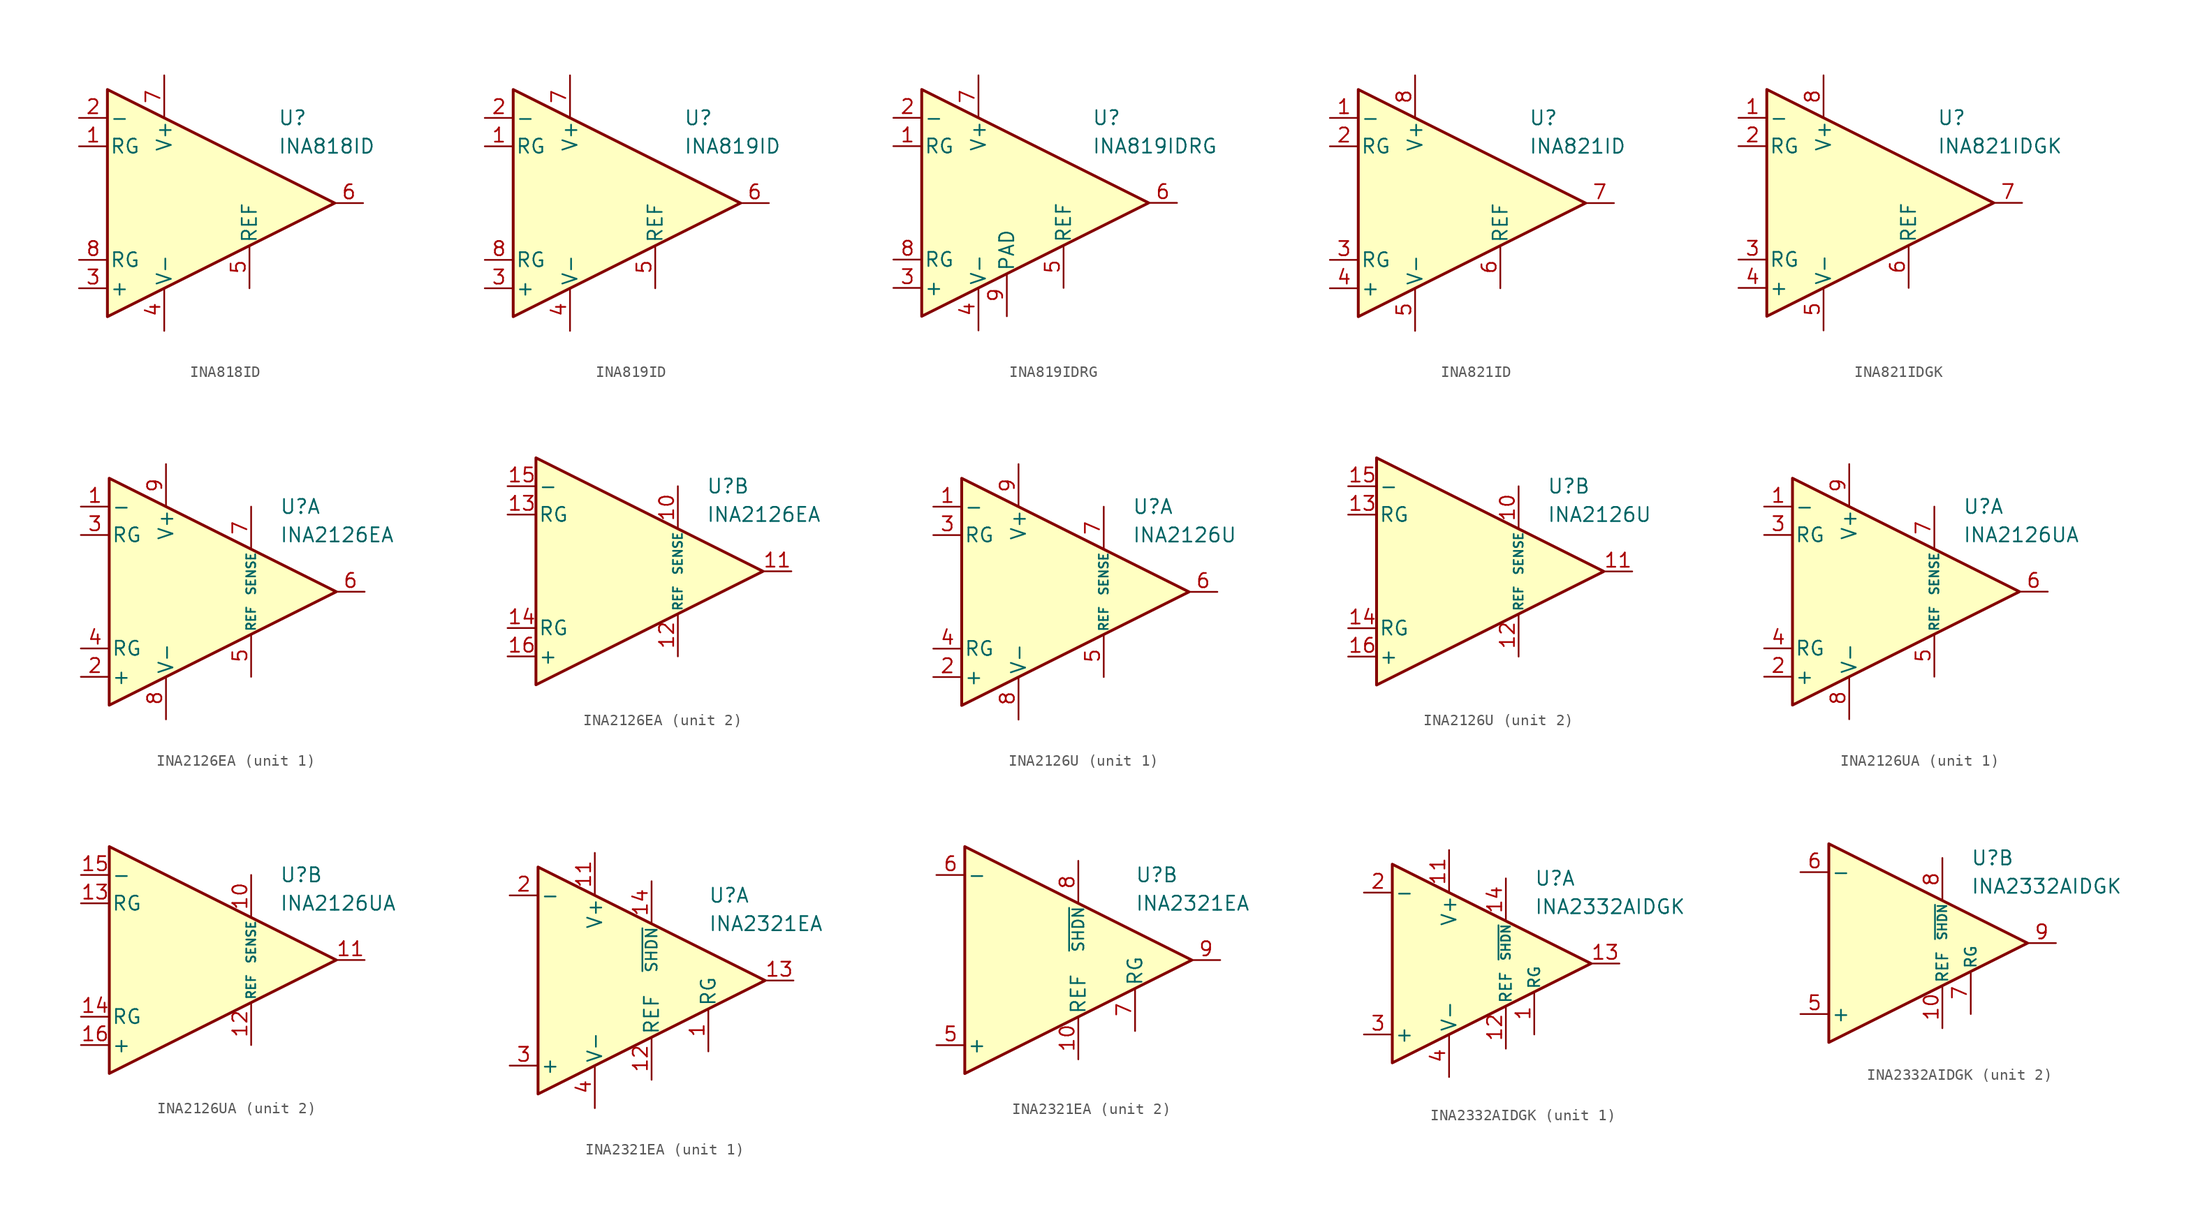
<source format=kicad_sym>
(kicad_symbol_lib
  (version 20211014)
  (generator kicad_symbol_editor)
  (symbol "INA818ID"
    (pin_names
      (offset 0.2))
    (property "Reference" "U"
      (at 6.35 7.62 0)
      (effects (font (size 1.27 1.27)) (justify left)))
    (property "Value" "INA818ID"
      (at 6.35 5.08 0)
      (effects (font (size 1.27 1.27)) (justify left)))
    (symbol "INA818ID_0_1"
      (polyline (pts (xy -8.89 10.16) (xy -8.89 -10.16) (xy 11.43 0) (xy -8.89 10.16)) (stroke (width 0.254) (type default) (color 0 0 0 0)) (fill (type background))))
    (symbol "INA818ID_1_1"
      (pin passive line (at -11.43 5.08 0) (length 2.54) (name "RG" (effects (font (size 1.27 1.27)))) (number "1" (effects (font (size 1.27 1.27)))))
      (pin input line (at -11.43 7.62 0) (length 2.54) (name "-" (effects (font (size 1.27 1.27)))) (number "2" (effects (font (size 1.27 1.27)))))
      (pin input line (at -11.43 -7.62 0) (length 2.54) (name "+" (effects (font (size 1.27 1.27)))) (number "3" (effects (font (size 1.27 1.27)))))
      (pin power_in line (at -3.81 -11.43 90) (length 3.81) (name "V-" (effects (font (size 1.27 1.27)))) (number "4" (effects (font (size 1.27 1.27)))))
      (pin input line (at 3.81 -7.62 90) (length 3.81) (name "REF" (effects (font (size 1.27 1.27)))) (number "5" (effects (font (size 1.27 1.27)))))
      (pin output line (at 13.97 0 180) (length 2.54) (name "~" (effects (font (size 1.27 1.27)))) (number "6" (effects (font (size 1.27 1.27)))))
      (pin power_in line (at -3.81 11.43 270) (length 3.81) (name "V+" (effects (font (size 1.27 1.27)))) (number "7" (effects (font (size 1.27 1.27)))))
      (pin passive line (at -11.43 -5.08 0) (length 2.54) (name "RG" (effects (font (size 1.27 1.27)))) (number "8" (effects (font (size 1.27 1.27)))))))
  (symbol "INA819ID"
    (pin_names
      (offset 0.2))
    (property "Reference" "U"
      (at 6.35 7.62 0)
      (effects (font (size 1.27 1.27)) (justify left)))
    (property "Value" "INA819ID"
      (at 6.35 5.08 0)
      (effects (font (size 1.27 1.27)) (justify left)))
    (symbol "INA819ID_0_1"
      (polyline (pts (xy -8.89 10.16) (xy -8.89 -10.16) (xy 11.43 0) (xy -8.89 10.16)) (stroke (width 0.254) (type default) (color 0 0 0 0)) (fill (type background))))
    (symbol "INA819ID_1_1"
      (pin passive line (at -11.43 5.08 0) (length 2.54) (name "RG" (effects (font (size 1.27 1.27)))) (number "1" (effects (font (size 1.27 1.27)))))
      (pin input line (at -11.43 7.62 0) (length 2.54) (name "-" (effects (font (size 1.27 1.27)))) (number "2" (effects (font (size 1.27 1.27)))))
      (pin input line (at -11.43 -7.62 0) (length 2.54) (name "+" (effects (font (size 1.27 1.27)))) (number "3" (effects (font (size 1.27 1.27)))))
      (pin power_in line (at -3.81 -11.43 90) (length 3.81) (name "V-" (effects (font (size 1.27 1.27)))) (number "4" (effects (font (size 1.27 1.27)))))
      (pin input line (at 3.81 -7.62 90) (length 3.81) (name "REF" (effects (font (size 1.27 1.27)))) (number "5" (effects (font (size 1.27 1.27)))))
      (pin output line (at 13.97 0 180) (length 2.54) (name "~" (effects (font (size 1.27 1.27)))) (number "6" (effects (font (size 1.27 1.27)))))
      (pin power_in line (at -3.81 11.43 270) (length 3.81) (name "V+" (effects (font (size 1.27 1.27)))) (number "7" (effects (font (size 1.27 1.27)))))
      (pin passive line (at -11.43 -5.08 0) (length 2.54) (name "RG" (effects (font (size 1.27 1.27)))) (number "8" (effects (font (size 1.27 1.27)))))))
  (symbol "INA819IDRG"
    (pin_names
      (offset 0.2))
    (property "Reference" "U"
      (at 6.35 7.62 0)
      (effects (font (size 1.27 1.27)) (justify left)))
    (property "Value" "INA819IDRG"
      (at 6.35 5.08 0)
      (effects (font (size 1.27 1.27)) (justify left)))
    (symbol "INA819IDRG_0_1"
      (polyline (pts (xy -8.89 10.16) (xy -8.89 -10.16) (xy 11.43 0) (xy -8.89 10.16)) (stroke (width 0.254) (type default) (color 0 0 0 0)) (fill (type background))))
    (symbol "INA819IDRG_1_1"
      (pin passive line (at -11.43 5.08 0) (length 2.54) (name "RG" (effects (font (size 1.27 1.27)))) (number "1" (effects (font (size 1.27 1.27)))))
      (pin input line (at -11.43 7.62 0) (length 2.54) (name "-" (effects (font (size 1.27 1.27)))) (number "2" (effects (font (size 1.27 1.27)))))
      (pin input line (at -11.43 -7.62 0) (length 2.54) (name "+" (effects (font (size 1.27 1.27)))) (number "3" (effects (font (size 1.27 1.27)))))
      (pin power_in line (at -3.81 -11.43 90) (length 3.81) (name "V-" (effects (font (size 1.27 1.27)))) (number "4" (effects (font (size 1.27 1.27)))))
      (pin input line (at 3.81 -7.62 90) (length 3.81) (name "REF" (effects (font (size 1.27 1.27)))) (number "5" (effects (font (size 1.27 1.27)))))
      (pin output line (at 13.97 0 180) (length 2.54) (name "~" (effects (font (size 1.27 1.27)))) (number "6" (effects (font (size 1.27 1.27)))))
      (pin power_in line (at -3.81 11.43 270) (length 3.81) (name "V+" (effects (font (size 1.27 1.27)))) (number "7" (effects (font (size 1.27 1.27)))))
      (pin passive line (at -11.43 -5.08 0) (length 2.54) (name "RG" (effects (font (size 1.27 1.27)))) (number "8" (effects (font (size 1.27 1.27)))))
      (pin power_in line (at -1.27 -10.16 90) (length 3.81) (name "PAD" (effects (font (size 1.27 1.27)))) (number "9" (effects (font (size 1.27 1.27)))))))
  (symbol "INA821ID"
    (pin_names
      (offset 0.2))
    (property "Reference" "U"
      (at 6.35 7.62 0)
      (effects (font (size 1.27 1.27)) (justify left)))
    (property "Value" "INA821ID"
      (at 6.35 5.08 0)
      (effects (font (size 1.27 1.27)) (justify left)))
    (symbol "INA821ID_0_1"
      (polyline (pts (xy -8.89 10.16) (xy -8.89 -10.16) (xy 11.43 0) (xy -8.89 10.16)) (stroke (width 0.254) (type default) (color 0 0 0 0)) (fill (type background))))
    (symbol "INA821ID_1_1"
      (pin input line (at -11.43 7.62 0) (length 2.54) (name "-" (effects (font (size 1.27 1.27)))) (number "1" (effects (font (size 1.27 1.27)))))
      (pin passive line (at -11.43 5.08 0) (length 2.54) (name "RG" (effects (font (size 1.27 1.27)))) (number "2" (effects (font (size 1.27 1.27)))))
      (pin passive line (at -11.43 -5.08 0) (length 2.54) (name "RG" (effects (font (size 1.27 1.27)))) (number "3" (effects (font (size 1.27 1.27)))))
      (pin input line (at -11.43 -7.62 0) (length 2.54) (name "+" (effects (font (size 1.27 1.27)))) (number "4" (effects (font (size 1.27 1.27)))))
      (pin power_in line (at -3.81 -11.43 90) (length 3.81) (name "V-" (effects (font (size 1.27 1.27)))) (number "5" (effects (font (size 1.27 1.27)))))
      (pin input line (at 3.81 -7.62 90) (length 3.81) (name "REF" (effects (font (size 1.27 1.27)))) (number "6" (effects (font (size 1.27 1.27)))))
      (pin output line (at 13.97 0 180) (length 2.54) (name "~" (effects (font (size 1.27 1.27)))) (number "7" (effects (font (size 1.27 1.27)))))
      (pin power_in line (at -3.81 11.43 270) (length 3.81) (name "V+" (effects (font (size 1.27 1.27)))) (number "8" (effects (font (size 1.27 1.27)))))))
  (symbol "INA821IDGK"
    (pin_names
      (offset 0.2))
    (property "Reference" "U"
      (at 6.35 7.62 0)
      (effects (font (size 1.27 1.27)) (justify left)))
    (property "Value" "INA821IDGK"
      (at 6.35 5.08 0)
      (effects (font (size 1.27 1.27)) (justify left)))
    (symbol "INA821IDGK_0_1"
      (polyline (pts (xy -8.89 10.16) (xy -8.89 -10.16) (xy 11.43 0) (xy -8.89 10.16)) (stroke (width 0.254) (type default) (color 0 0 0 0)) (fill (type background))))
    (symbol "INA821IDGK_1_1"
      (pin input line (at -11.43 7.62 0) (length 2.54) (name "-" (effects (font (size 1.27 1.27)))) (number "1" (effects (font (size 1.27 1.27)))))
      (pin passive line (at -11.43 5.08 0) (length 2.54) (name "RG" (effects (font (size 1.27 1.27)))) (number "2" (effects (font (size 1.27 1.27)))))
      (pin passive line (at -11.43 -5.08 0) (length 2.54) (name "RG" (effects (font (size 1.27 1.27)))) (number "3" (effects (font (size 1.27 1.27)))))
      (pin input line (at -11.43 -7.62 0) (length 2.54) (name "+" (effects (font (size 1.27 1.27)))) (number "4" (effects (font (size 1.27 1.27)))))
      (pin power_in line (at -3.81 -11.43 90) (length 3.81) (name "V-" (effects (font (size 1.27 1.27)))) (number "5" (effects (font (size 1.27 1.27)))))
      (pin input line (at 3.81 -7.62 90) (length 3.81) (name "REF" (effects (font (size 1.27 1.27)))) (number "6" (effects (font (size 1.27 1.27)))))
      (pin output line (at 13.97 0 180) (length 2.54) (name "~" (effects (font (size 1.27 1.27)))) (number "7" (effects (font (size 1.27 1.27)))))
      (pin power_in line (at -3.81 11.43 270) (length 3.81) (name "V+" (effects (font (size 1.27 1.27)))) (number "8" (effects (font (size 1.27 1.27)))))))
  (symbol "INA2126EA"
    (pin_names
      (offset 0.2))
    (property "Reference" "U"
      (at 6.35 7.62 0)
      (effects (font (size 1.27 1.27)) (justify left)))
    (property "Value" "INA2126EA"
      (at 6.35 5.08 0)
      (effects (font (size 1.27 1.27)) (justify left)))
    (property "ki_locked" ""
      (at 0 0 0)
      (effects (font (size 1.27 1.27))))
    (symbol "INA2126EA_0_1"
      (polyline (pts (xy -8.89 10.16) (xy -8.89 -10.16) (xy 11.43 0) (xy -8.89 10.16)) (stroke (width 0.254) (type default) (color 0 0 0 0)) (fill (type background))))
    (symbol "INA2126EA_1_1"
      (pin input line (at -11.43 7.62 0) (length 2.54) (name "-" (effects (font (size 1.27 1.27)))) (number "1" (effects (font (size 1.27 1.27)))))
      (pin input line (at -11.43 -7.62 0) (length 2.54) (name "+" (effects (font (size 1.27 1.27)))) (number "2" (effects (font (size 1.27 1.27)))))
      (pin passive line (at -11.43 5.08 0) (length 2.54) (name "RG" (effects (font (size 1.27 1.27)))) (number "3" (effects (font (size 1.27 1.27)))))
      (pin passive line (at -11.43 -5.08 0) (length 2.54) (name "RG" (effects (font (size 1.27 1.27)))) (number "4" (effects (font (size 1.27 1.27)))))
      (pin input line (at 3.81 -7.62 90) (length 3.81) (name "REF" (effects (font (size 0.8 0.8)))) (number "5" (effects (font (size 1.27 1.27)))))
      (pin output line (at 13.97 0 180) (length 2.54) (name "~" (effects (font (size 1.27 1.27)))) (number "6" (effects (font (size 1.27 1.27)))))
      (pin input line (at 3.81 7.62 270) (length 3.81) (name "SENSE" (effects (font (size 0.8 0.8)))) (number "7" (effects (font (size 1.27 1.27)))))
      (pin power_in line (at -3.81 -11.43 90) (length 3.81) (name "V-" (effects (font (size 1.27 1.27)))) (number "8" (effects (font (size 1.27 1.27)))))
      (pin power_in line (at -3.81 11.43 270) (length 3.81) (name "V+" (effects (font (size 1.27 1.27)))) (number "9" (effects (font (size 1.27 1.27))))))
    (symbol "INA2126EA_2_1"
      (pin input line (at 3.81 7.62 270) (length 3.81) (name "SENSE" (effects (font (size 0.8 0.8)))) (number "10" (effects (font (size 1.27 1.27)))))
      (pin output line (at 13.97 0 180) (length 2.54) (name "~" (effects (font (size 1.27 1.27)))) (number "11" (effects (font (size 1.27 1.27)))))
      (pin input line (at 3.81 -7.62 90) (length 3.81) (name "REF" (effects (font (size 0.8 0.8)))) (number "12" (effects (font (size 1.27 1.27)))))
      (pin passive line (at -11.43 5.08 0) (length 2.54) (name "RG" (effects (font (size 1.27 1.27)))) (number "13" (effects (font (size 1.27 1.27)))))
      (pin passive line (at -11.43 -5.08 0) (length 2.54) (name "RG" (effects (font (size 1.27 1.27)))) (number "14" (effects (font (size 1.27 1.27)))))
      (pin input line (at -11.43 7.62 0) (length 2.54) (name "-" (effects (font (size 1.27 1.27)))) (number "15" (effects (font (size 1.27 1.27)))))
      (pin input line (at -11.43 -7.62 0) (length 2.54) (name "+" (effects (font (size 1.27 1.27)))) (number "16" (effects (font (size 1.27 1.27)))))))
  (symbol "INA2126U"
    (pin_names
      (offset 0.2))
    (property "Reference" "U"
      (at 6.35 7.62 0)
      (effects (font (size 1.27 1.27)) (justify left)))
    (property "Value" "INA2126U"
      (at 6.35 5.08 0)
      (effects (font (size 1.27 1.27)) (justify left)))
    (property "ki_locked" ""
      (at 0 0 0)
      (effects (font (size 1.27 1.27))))
    (symbol "INA2126U_0_1"
      (polyline (pts (xy -8.89 10.16) (xy -8.89 -10.16) (xy 11.43 0) (xy -8.89 10.16)) (stroke (width 0.254) (type default) (color 0 0 0 0)) (fill (type background))))
    (symbol "INA2126U_1_1"
      (pin input line (at -11.43 7.62 0) (length 2.54) (name "-" (effects (font (size 1.27 1.27)))) (number "1" (effects (font (size 1.27 1.27)))))
      (pin input line (at -11.43 -7.62 0) (length 2.54) (name "+" (effects (font (size 1.27 1.27)))) (number "2" (effects (font (size 1.27 1.27)))))
      (pin passive line (at -11.43 5.08 0) (length 2.54) (name "RG" (effects (font (size 1.27 1.27)))) (number "3" (effects (font (size 1.27 1.27)))))
      (pin passive line (at -11.43 -5.08 0) (length 2.54) (name "RG" (effects (font (size 1.27 1.27)))) (number "4" (effects (font (size 1.27 1.27)))))
      (pin input line (at 3.81 -7.62 90) (length 3.81) (name "REF" (effects (font (size 0.8 0.8)))) (number "5" (effects (font (size 1.27 1.27)))))
      (pin output line (at 13.97 0 180) (length 2.54) (name "~" (effects (font (size 1.27 1.27)))) (number "6" (effects (font (size 1.27 1.27)))))
      (pin input line (at 3.81 7.62 270) (length 3.81) (name "SENSE" (effects (font (size 0.8 0.8)))) (number "7" (effects (font (size 1.27 1.27)))))
      (pin power_in line (at -3.81 -11.43 90) (length 3.81) (name "V-" (effects (font (size 1.27 1.27)))) (number "8" (effects (font (size 1.27 1.27)))))
      (pin power_in line (at -3.81 11.43 270) (length 3.81) (name "V+" (effects (font (size 1.27 1.27)))) (number "9" (effects (font (size 1.27 1.27))))))
    (symbol "INA2126U_2_1"
      (pin input line (at 3.81 7.62 270) (length 3.81) (name "SENSE" (effects (font (size 0.8 0.8)))) (number "10" (effects (font (size 1.27 1.27)))))
      (pin output line (at 13.97 0 180) (length 2.54) (name "~" (effects (font (size 1.27 1.27)))) (number "11" (effects (font (size 1.27 1.27)))))
      (pin input line (at 3.81 -7.62 90) (length 3.81) (name "REF" (effects (font (size 0.8 0.8)))) (number "12" (effects (font (size 1.27 1.27)))))
      (pin passive line (at -11.43 5.08 0) (length 2.54) (name "RG" (effects (font (size 1.27 1.27)))) (number "13" (effects (font (size 1.27 1.27)))))
      (pin passive line (at -11.43 -5.08 0) (length 2.54) (name "RG" (effects (font (size 1.27 1.27)))) (number "14" (effects (font (size 1.27 1.27)))))
      (pin input line (at -11.43 7.62 0) (length 2.54) (name "-" (effects (font (size 1.27 1.27)))) (number "15" (effects (font (size 1.27 1.27)))))
      (pin input line (at -11.43 -7.62 0) (length 2.54) (name "+" (effects (font (size 1.27 1.27)))) (number "16" (effects (font (size 1.27 1.27)))))))
  (symbol "INA2126UA"
    (pin_names
      (offset 0.2))
    (property "Reference" "U"
      (at 6.35 7.62 0)
      (effects (font (size 1.27 1.27)) (justify left)))
    (property "Value" "INA2126UA"
      (at 6.35 5.08 0)
      (effects (font (size 1.27 1.27)) (justify left)))
    (property "ki_locked" ""
      (at 0 0 0)
      (effects (font (size 1.27 1.27))))
    (symbol "INA2126UA_0_1"
      (polyline (pts (xy -8.89 10.16) (xy -8.89 -10.16) (xy 11.43 0) (xy -8.89 10.16)) (stroke (width 0.254) (type default) (color 0 0 0 0)) (fill (type background))))
    (symbol "INA2126UA_1_1"
      (pin input line (at -11.43 7.62 0) (length 2.54) (name "-" (effects (font (size 1.27 1.27)))) (number "1" (effects (font (size 1.27 1.27)))))
      (pin input line (at -11.43 -7.62 0) (length 2.54) (name "+" (effects (font (size 1.27 1.27)))) (number "2" (effects (font (size 1.27 1.27)))))
      (pin passive line (at -11.43 5.08 0) (length 2.54) (name "RG" (effects (font (size 1.27 1.27)))) (number "3" (effects (font (size 1.27 1.27)))))
      (pin passive line (at -11.43 -5.08 0) (length 2.54) (name "RG" (effects (font (size 1.27 1.27)))) (number "4" (effects (font (size 1.27 1.27)))))
      (pin input line (at 3.81 -7.62 90) (length 3.81) (name "REF" (effects (font (size 0.8 0.8)))) (number "5" (effects (font (size 1.27 1.27)))))
      (pin output line (at 13.97 0 180) (length 2.54) (name "~" (effects (font (size 1.27 1.27)))) (number "6" (effects (font (size 1.27 1.27)))))
      (pin input line (at 3.81 7.62 270) (length 3.81) (name "SENSE" (effects (font (size 0.8 0.8)))) (number "7" (effects (font (size 1.27 1.27)))))
      (pin power_in line (at -3.81 -11.43 90) (length 3.81) (name "V-" (effects (font (size 1.27 1.27)))) (number "8" (effects (font (size 1.27 1.27)))))
      (pin power_in line (at -3.81 11.43 270) (length 3.81) (name "V+" (effects (font (size 1.27 1.27)))) (number "9" (effects (font (size 1.27 1.27))))))
    (symbol "INA2126UA_2_1"
      (pin input line (at 3.81 7.62 270) (length 3.81) (name "SENSE" (effects (font (size 0.8 0.8)))) (number "10" (effects (font (size 1.27 1.27)))))
      (pin output line (at 13.97 0 180) (length 2.54) (name "~" (effects (font (size 1.27 1.27)))) (number "11" (effects (font (size 1.27 1.27)))))
      (pin input line (at 3.81 -7.62 90) (length 3.81) (name "REF" (effects (font (size 0.8 0.8)))) (number "12" (effects (font (size 1.27 1.27)))))
      (pin passive line (at -11.43 5.08 0) (length 2.54) (name "RG" (effects (font (size 1.27 1.27)))) (number "13" (effects (font (size 1.27 1.27)))))
      (pin passive line (at -11.43 -5.08 0) (length 2.54) (name "RG" (effects (font (size 1.27 1.27)))) (number "14" (effects (font (size 1.27 1.27)))))
      (pin input line (at -11.43 7.62 0) (length 2.54) (name "-" (effects (font (size 1.27 1.27)))) (number "15" (effects (font (size 1.27 1.27)))))
      (pin input line (at -11.43 -7.62 0) (length 2.54) (name "+" (effects (font (size 1.27 1.27)))) (number "16" (effects (font (size 1.27 1.27)))))))
  (symbol "INA2321EA"
    (pin_names
      (offset 0.2))
    (property "Reference" "U"
      (at 6.35 7.62 0)
      (effects (font (size 1.27 1.27)) (justify left)))
    (property "Value" "INA2321EA"
      (at 6.35 5.08 0)
      (effects (font (size 1.27 1.27)) (justify left)))
    (property "ki_locked" ""
      (at 0 0 0)
      (effects (font (size 1.27 1.27))))
    (symbol "INA2321EA_0_1"
      (polyline (pts (xy -8.89 10.16) (xy -8.89 -10.16) (xy 11.43 0) (xy -8.89 10.16)) (stroke (width 0.254) (type default) (color 0 0 0 0)) (fill (type background))))
    (symbol "INA2321EA_1_1"
      (pin passive line (at 6.35 -6.35 90) (length 3.81) (name "RG" (effects (font (size 1.27 1.27)))) (number "1" (effects (font (size 1.27 1.27)))))
      (pin power_in line (at -3.81 11.43 270) (length 3.81) (name "V+" (effects (font (size 1.27 1.27)))) (number "11" (effects (font (size 1.27 1.27)))))
      (pin input line (at 1.27 -8.89 90) (length 3.81) (name "REF" (effects (font (size 1.27 1.27)))) (number "12" (effects (font (size 1.27 1.27)))))
      (pin output line (at 13.97 0 180) (length 2.54) (name "~" (effects (font (size 1.27 1.27)))) (number "13" (effects (font (size 1.27 1.27)))))
      (pin input line (at 1.27 8.89 270) (length 3.81) (name "~{SHDN}" (effects (font (size 1 1)))) (number "14" (effects (font (size 1.27 1.27)))))
      (pin input line (at -11.43 7.62 0) (length 2.54) (name "-" (effects (font (size 1.27 1.27)))) (number "2" (effects (font (size 1.27 1.27)))))
      (pin input line (at -11.43 -7.62 0) (length 2.54) (name "+" (effects (font (size 1.27 1.27)))) (number "3" (effects (font (size 1.27 1.27)))))
      (pin power_in line (at -3.81 -11.43 90) (length 3.81) (name "V-" (effects (font (size 1.27 1.27)))) (number "4" (effects (font (size 1.27 1.27))))))
    (symbol "INA2321EA_2_1"
      (pin input line (at 1.27 -8.89 90) (length 3.81) (name "REF" (effects (font (size 1.27 1.27)))) (number "10" (effects (font (size 1.27 1.27)))))
      (pin input line (at -11.43 -7.62 0) (length 2.54) (name "+" (effects (font (size 1.27 1.27)))) (number "5" (effects (font (size 1.27 1.27)))))
      (pin input line (at -11.43 7.62 0) (length 2.54) (name "-" (effects (font (size 1.27 1.27)))) (number "6" (effects (font (size 1.27 1.27)))))
      (pin passive line (at 6.35 -6.35 90) (length 3.81) (name "RG" (effects (font (size 1.27 1.27)))) (number "7" (effects (font (size 1.27 1.27)))))
      (pin input line (at 1.27 8.89 270) (length 3.81) (name "~{SHDN}" (effects (font (size 1 1)))) (number "8" (effects (font (size 1.27 1.27)))))
      (pin output line (at 13.97 0 180) (length 2.54) (name "~" (effects (font (size 1.27 1.27)))) (number "9" (effects (font (size 1.27 1.27)))))))
  (symbol "INA2332AIDGK"
    (pin_names
      (offset 0.2))
    (property "Reference" "U"
      (at 6.35 7.62 0)
      (effects (font (size 1.27 1.27)) (justify left)))
    (property "Value" "INA2332AIDGK"
      (at 6.35 5.08 0)
      (effects (font (size 1.27 1.27)) (justify left)))
    (property "ki_locked" ""
      (at 0 0 0)
      (effects (font (size 1.27 1.27))))
    (symbol "INA2332AIDGK_0_1"
      (polyline (pts (xy -6.35 8.89) (xy -6.35 -8.89) (xy 11.43 0) (xy -6.35 8.89)) (stroke (width 0.254) (type default) (color 0 0 0 0)) (fill (type background))))
    (symbol "INA2332AIDGK_1_1"
      (pin input line (at 6.35 -6.35 90) (length 3.81) (name "RG" (effects (font (size 1 1)))) (number "1" (effects (font (size 1.27 1.27)))))
      (pin power_in line (at -1.27 10.16 270) (length 3.81) (name "V+" (effects (font (size 1.27 1.27)))) (number "11" (effects (font (size 1.27 1.27)))))
      (pin input line (at 3.81 -7.62 90) (length 3.81) (name "REF" (effects (font (size 1 1)))) (number "12" (effects (font (size 1.27 1.27)))))
      (pin output line (at 13.97 0 180) (length 2.54) (name "~" (effects (font (size 1.27 1.27)))) (number "13" (effects (font (size 1.27 1.27)))))
      (pin input line (at 3.81 7.62 270) (length 3.81) (name "~{SHDN}" (effects (font (size 0.8 0.8)))) (number "14" (effects (font (size 1.27 1.27)))))
      (pin input line (at -8.89 6.35 0) (length 2.54) (name "-" (effects (font (size 1.27 1.27)))) (number "2" (effects (font (size 1.27 1.27)))))
      (pin input line (at -8.89 -6.35 0) (length 2.54) (name "+" (effects (font (size 1.27 1.27)))) (number "3" (effects (font (size 1.27 1.27)))))
      (pin power_in line (at -1.27 -10.16 90) (length 3.81) (name "V-" (effects (font (size 1.27 1.27)))) (number "4" (effects (font (size 1.27 1.27))))))
    (symbol "INA2332AIDGK_2_1"
      (pin input line (at 3.81 -7.62 90) (length 3.81) (name "REF" (effects (font (size 1 1)))) (number "10" (effects (font (size 1.27 1.27)))))
      (pin input line (at -8.89 -6.35 0) (length 2.54) (name "+" (effects (font (size 1.27 1.27)))) (number "5" (effects (font (size 1.27 1.27)))))
      (pin input line (at -8.89 6.35 0) (length 2.54) (name "-" (effects (font (size 1.27 1.27)))) (number "6" (effects (font (size 1.27 1.27)))))
      (pin input line (at 6.35 -6.35 90) (length 3.81) (name "RG" (effects (font (size 1 1)))) (number "7" (effects (font (size 1.27 1.27)))))
      (pin input line (at 3.81 7.62 270) (length 3.81) (name "~{SHDN}" (effects (font (size 0.8 0.8)))) (number "8" (effects (font (size 1.27 1.27)))))
      (pin output line (at 13.97 0 180) (length 2.54) (name "~" (effects (font (size 1.27 1.27)))) (number "9" (effects (font (size 1.27 1.27))))))))
</source>
